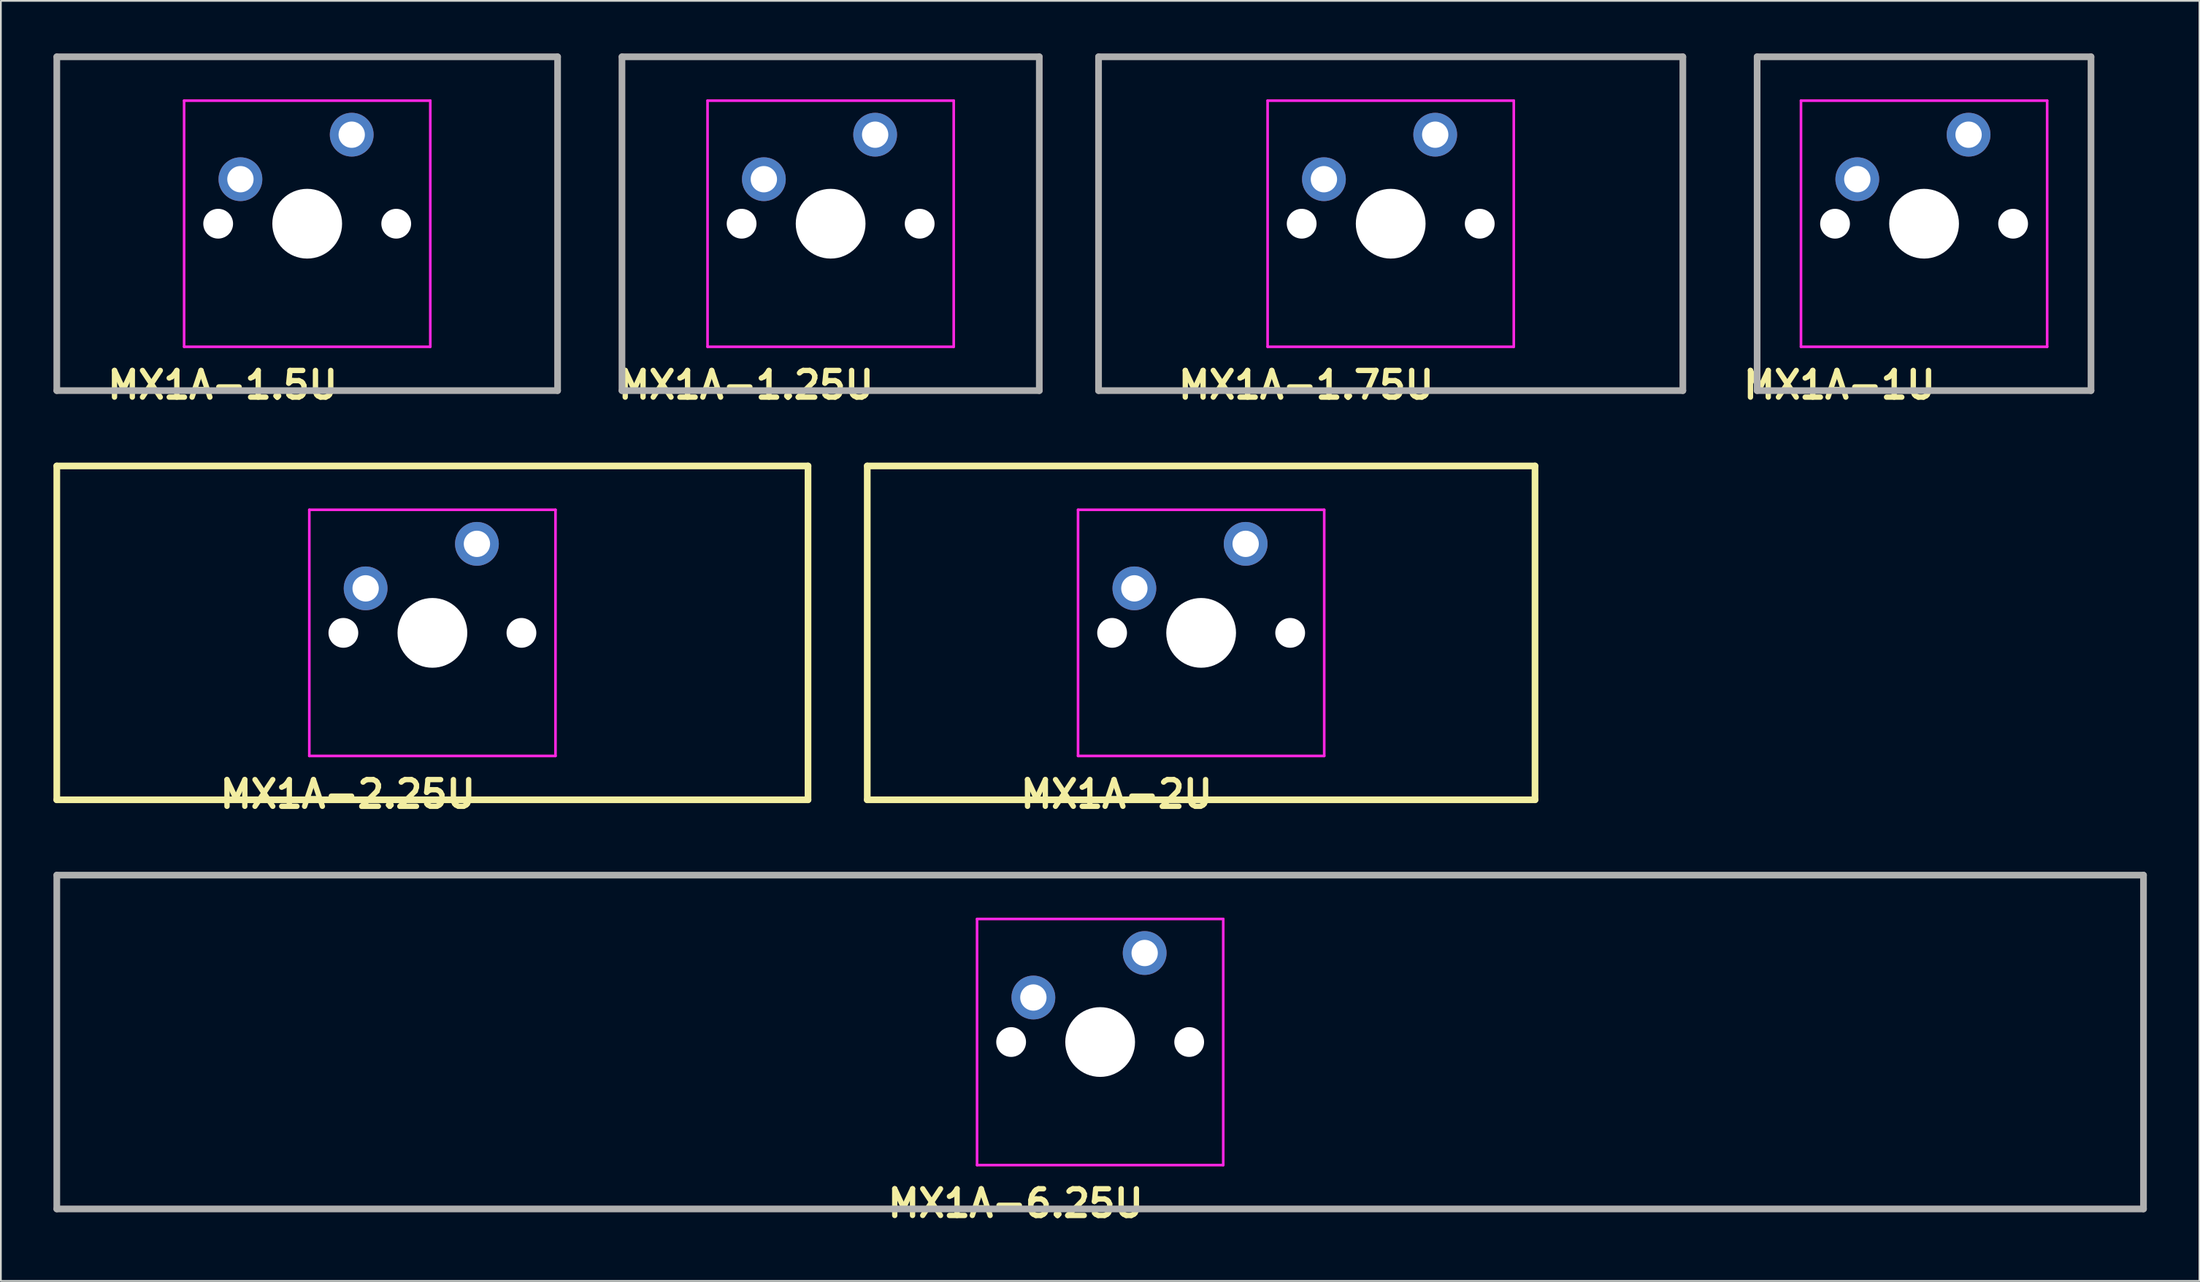
<source format=kicad_pcb>
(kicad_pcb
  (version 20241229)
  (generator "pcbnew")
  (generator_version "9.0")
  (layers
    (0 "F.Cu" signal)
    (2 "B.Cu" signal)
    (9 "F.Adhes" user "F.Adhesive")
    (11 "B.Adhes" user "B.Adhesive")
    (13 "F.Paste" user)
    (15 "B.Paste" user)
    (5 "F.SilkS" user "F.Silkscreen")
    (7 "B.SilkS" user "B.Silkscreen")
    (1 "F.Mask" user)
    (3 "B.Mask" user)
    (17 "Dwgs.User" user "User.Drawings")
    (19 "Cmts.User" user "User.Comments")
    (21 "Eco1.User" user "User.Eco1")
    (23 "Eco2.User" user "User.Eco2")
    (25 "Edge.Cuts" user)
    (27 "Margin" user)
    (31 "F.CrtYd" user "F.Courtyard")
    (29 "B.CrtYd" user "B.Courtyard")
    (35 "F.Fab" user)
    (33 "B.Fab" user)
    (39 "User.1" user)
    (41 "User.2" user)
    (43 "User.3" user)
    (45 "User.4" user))
  (footprint "MX1A-2.25U"
    (layer "F.Cu")
    (at 21.622 33.065)
    (property "Reference" "MX1A-2.25U" (at -4.826 9.207 0) (layer "F.SilkS") (effects (font (size 1.524 1.524) (thickness 0.305))))
    (attr through_hole)
    (fp_line (start -21.431 -9.525) (end 21.431 -9.525) (stroke (width 0.381) (type solid)) (layer "F.SilkS"))
    (fp_line (start -21.431 9.525) (end -21.431 -9.525) (stroke (width 0.381) (type solid)) (layer "F.SilkS"))
    (fp_line (start 21.431 -9.525) (end 21.431 9.525) (stroke (width 0.381) (type solid)) (layer "F.SilkS"))
    (fp_line (start 21.431 9.525) (end -21.431 9.525) (stroke (width 0.381) (type solid)) (layer "F.SilkS"))
    (fp_line (start -7.023 -7.023) (end 7.023 -7.023) (stroke (width 0.15) (type solid)) (layer "F.CrtYd"))
    (fp_line (start -7.023 7.023) (end -7.023 -7.023) (stroke (width 0.15) (type solid)) (layer "F.CrtYd"))
    (fp_line (start 7.023 -7.023) (end 7.023 7.023) (stroke (width 0.15) (type solid)) (layer "F.CrtYd"))
    (fp_line (start 7.023 7.023) (end -7.023 7.023) (stroke (width 0.15) (type solid)) (layer "F.CrtYd"))
    (pad "" np_thru_hole circle (at -5.08 0) (size 1.699 1.699) (drill 1.699) (layers "*.Cu" "*.Mask"))
    (pad "" np_thru_hole circle (at 0 0) (size 3.98 3.98) (drill 3.98) (layers "*.Cu" "*.Mask"))
    (pad "" np_thru_hole circle (at 5.08 0) (size 1.699 1.699) (drill 1.699) (layers "*.Cu" "*.Mask"))
    (pad "1" thru_hole circle (at -3.81 -2.54) (size 2.499 2.499) (drill 1.501) (layers "*.Cu" "*.Mask"))
    (pad "2" thru_hole circle (at 2.54 -5.08) (size 2.499 2.499) (drill 1.501) (layers "*.Cu" "*.Mask")))
  (footprint "MX1A-1.75U"
    (layer "F.Cu")
    (at 76.3 9.716)
    (property "Reference" "MX1A-1.75U" (at -4.826 9.207 0) (layer "F.SilkS") (effects (font (size 1.524 1.524) (thickness 0.305))))
    (attr through_hole)
    (fp_line (start -7.023 -7.023) (end 7.023 -7.023) (stroke (width 0.15) (type solid)) (layer "F.CrtYd"))
    (fp_line (start -7.023 7.023) (end -7.023 -7.023) (stroke (width 0.15) (type solid)) (layer "F.CrtYd"))
    (fp_line (start 7.023 -7.023) (end 7.023 7.023) (stroke (width 0.15) (type solid)) (layer "F.CrtYd"))
    (fp_line (start 7.023 7.023) (end -7.023 7.023) (stroke (width 0.15) (type solid)) (layer "F.CrtYd"))
    (fp_line (start -16.669 -9.525) (end 16.669 -9.525) (stroke (width 0.381) (type solid)) (layer "F.Fab"))
    (fp_line (start -16.669 9.525) (end -16.669 -9.525) (stroke (width 0.381) (type solid)) (layer "F.Fab"))
    (fp_line (start 16.669 -9.525) (end 16.669 9.525) (stroke (width 0.381) (type solid)) (layer "F.Fab"))
    (fp_line (start 16.669 9.525) (end -16.669 9.525) (stroke (width 0.381) (type solid)) (layer "F.Fab"))
    (pad "" np_thru_hole circle (at -5.08 0) (size 1.699 1.699) (drill 1.699) (layers "*.Cu" "*.Mask"))
    (pad "" np_thru_hole circle (at 0 0) (size 3.98 3.98) (drill 3.98) (layers "*.Cu" "*.Mask"))
    (pad "" np_thru_hole circle (at 5.08 0) (size 1.699 1.699) (drill 1.699) (layers "*.Cu" "*.Mask"))
    (pad "1" thru_hole circle (at -3.81 -2.54) (size 2.499 2.499) (drill 1.501) (layers "*.Cu" "*.Mask"))
    (pad "2" thru_hole circle (at 2.54 -5.08) (size 2.499 2.499) (drill 1.501) (layers "*.Cu" "*.Mask")))
  (footprint "MX1A-1.25U"
    (layer "F.Cu")
    (at 44.344 9.716)
    (property "Reference" "MX1A-1.25U" (at -4.826 9.207 0) (layer "F.SilkS") (effects (font (size 1.524 1.524) (thickness 0.305))))
    (attr through_hole)
    (fp_line (start -7.023 -7.023) (end 7.023 -7.023) (stroke (width 0.15) (type solid)) (layer "F.CrtYd"))
    (fp_line (start -7.023 7.023) (end -7.023 -7.023) (stroke (width 0.15) (type solid)) (layer "F.CrtYd"))
    (fp_line (start 7.023 -7.023) (end 7.023 7.023) (stroke (width 0.15) (type solid)) (layer "F.CrtYd"))
    (fp_line (start 7.023 7.023) (end -7.023 7.023) (stroke (width 0.15) (type solid)) (layer "F.CrtYd"))
    (fp_line (start -11.906 -9.525) (end 11.906 -9.525) (stroke (width 0.381) (type solid)) (layer "F.Fab"))
    (fp_line (start -11.906 9.525) (end -11.906 -9.525) (stroke (width 0.381) (type solid)) (layer "F.Fab"))
    (fp_line (start 11.906 -9.525) (end 11.906 9.525) (stroke (width 0.381) (type solid)) (layer "F.Fab"))
    (fp_line (start 11.906 9.525) (end -11.906 9.525) (stroke (width 0.381) (type solid)) (layer "F.Fab"))
    (pad "" np_thru_hole circle (at -5.08 0) (size 1.699 1.699) (drill 1.699) (layers "*.Cu" "*.Mask"))
    (pad "" np_thru_hole circle (at 0 0) (size 3.98 3.98) (drill 3.98) (layers "*.Cu" "*.Mask"))
    (pad "" np_thru_hole circle (at 5.08 0) (size 1.699 1.699) (drill 1.699) (layers "*.Cu" "*.Mask"))
    (pad "1" thru_hole circle (at -3.81 -2.54) (size 2.499 2.499) (drill 1.501) (layers "*.Cu" "*.Mask"))
    (pad "2" thru_hole circle (at 2.54 -5.08) (size 2.499 2.499) (drill 1.501) (layers "*.Cu" "*.Mask")))
  (footprint "MX1A-1.5U"
    (layer "F.Cu")
    (at 14.478 9.716)
    (property "Reference" "MX1A-1.5U" (at -4.826 9.207 0) (layer "F.SilkS") (effects (font (size 1.524 1.524) (thickness 0.305))))
    (attr through_hole)
    (fp_line (start -7.023 -7.023) (end 7.023 -7.023) (stroke (width 0.15) (type solid)) (layer "F.CrtYd"))
    (fp_line (start -7.023 7.023) (end -7.023 -7.023) (stroke (width 0.15) (type solid)) (layer "F.CrtYd"))
    (fp_line (start 7.023 -7.023) (end 7.023 7.023) (stroke (width 0.15) (type solid)) (layer "F.CrtYd"))
    (fp_line (start 7.023 7.023) (end -7.023 7.023) (stroke (width 0.15) (type solid)) (layer "F.CrtYd"))
    (fp_line (start -14.287 -9.525) (end 14.287 -9.525) (stroke (width 0.381) (type solid)) (layer "F.Fab"))
    (fp_line (start -14.287 9.525) (end -14.287 -9.525) (stroke (width 0.381) (type solid)) (layer "F.Fab"))
    (fp_line (start 14.287 -9.525) (end 14.287 9.525) (stroke (width 0.381) (type solid)) (layer "F.Fab"))
    (fp_line (start 14.287 9.525) (end -14.287 9.525) (stroke (width 0.381) (type solid)) (layer "F.Fab"))
    (pad "" np_thru_hole circle (at -5.08 0) (size 1.699 1.699) (drill 1.699) (layers "*.Cu" "*.Mask"))
    (pad "" np_thru_hole circle (at 0 0) (size 3.98 3.98) (drill 3.98) (layers "*.Cu" "*.Mask"))
    (pad "" np_thru_hole circle (at 5.08 0) (size 1.699 1.699) (drill 1.699) (layers "*.Cu" "*.Mask"))
    (pad "1" thru_hole circle (at -3.81 -2.54) (size 2.499 2.499) (drill 1.501) (layers "*.Cu" "*.Mask"))
    (pad "2" thru_hole circle (at 2.54 -5.08) (size 2.499 2.499) (drill 1.501) (layers "*.Cu" "*.Mask")))
  (footprint "MX1A-1U"
    (layer "F.Cu")
    (at 106.733 9.716)
    (property "Reference" "MX1A-1U" (at -4.826 9.207 0) (layer "F.SilkS") (effects (font (size 1.524 1.524) (thickness 0.305))))
    (attr through_hole)
    (fp_line (start -7.023 -7.023) (end 7.023 -7.023) (stroke (width 0.15) (type solid)) (layer "F.CrtYd"))
    (fp_line (start -7.023 7.023) (end -7.023 -7.023) (stroke (width 0.15) (type solid)) (layer "F.CrtYd"))
    (fp_line (start 7.023 -7.023) (end 7.023 7.023) (stroke (width 0.15) (type solid)) (layer "F.CrtYd"))
    (fp_line (start 7.023 7.023) (end -7.023 7.023) (stroke (width 0.15) (type solid)) (layer "F.CrtYd"))
    (fp_line (start -9.525 -9.525) (end 9.525 -9.525) (stroke (width 0.381) (type solid)) (layer "F.Fab"))
    (fp_line (start -9.525 9.525) (end -9.525 -9.525) (stroke (width 0.381) (type solid)) (layer "F.Fab"))
    (fp_line (start 9.525 -9.525) (end 9.525 9.525) (stroke (width 0.381) (type solid)) (layer "F.Fab"))
    (fp_line (start 9.525 9.525) (end -9.525 9.525) (stroke (width 0.381) (type solid)) (layer "F.Fab"))
    (pad "" np_thru_hole circle (at -5.08 0) (size 1.699 1.699) (drill 1.699) (layers "*.Cu" "*.Mask"))
    (pad "" np_thru_hole circle (at 0 0) (size 3.98 3.98) (drill 3.98) (layers "*.Cu" "*.Mask"))
    (pad "" np_thru_hole circle (at 5.08 0) (size 1.699 1.699) (drill 1.699) (layers "*.Cu" "*.Mask"))
    (pad "1" thru_hole circle (at -3.81 -2.54) (size 2.499 2.499) (drill 1.501) (layers "*.Cu" "*.Mask"))
    (pad "2" thru_hole circle (at 2.54 -5.08) (size 2.499 2.499) (drill 1.501) (layers "*.Cu" "*.Mask")))
  (footprint "MX1A-6.25U"
    (layer "F.Cu")
    (at 59.722 56.414)
    (property "Reference" "MX1A-6.25U" (at -4.826 9.207 0) (layer "F.SilkS") (effects (font (size 1.524 1.524) (thickness 0.305))))
    (attr through_hole)
    (fp_line (start -7.023 -7.023) (end 7.023 -7.023) (stroke (width 0.15) (type solid)) (layer "F.CrtYd"))
    (fp_line (start -7.023 7.023) (end -7.023 -7.023) (stroke (width 0.15) (type solid)) (layer "F.CrtYd"))
    (fp_line (start 7.023 -7.023) (end 7.023 7.023) (stroke (width 0.15) (type solid)) (layer "F.CrtYd"))
    (fp_line (start 7.023 7.023) (end -7.023 7.023) (stroke (width 0.15) (type solid)) (layer "F.CrtYd"))
    (fp_line (start -59.531 -9.525) (end 59.531 -9.525) (stroke (width 0.381) (type solid)) (layer "F.Fab"))
    (fp_line (start -59.531 9.525) (end -59.531 -9.525) (stroke (width 0.381) (type solid)) (layer "F.Fab"))
    (fp_line (start 59.531 -9.525) (end 59.531 9.525) (stroke (width 0.381) (type solid)) (layer "F.Fab"))
    (fp_line (start 59.531 9.525) (end -59.531 9.525) (stroke (width 0.381) (type solid)) (layer "F.Fab"))
    (pad "" np_thru_hole circle (at -5.08 0) (size 1.699 1.699) (drill 1.699) (layers "*.Cu" "*.Mask"))
    (pad "" np_thru_hole circle (at 0 0) (size 3.98 3.98) (drill 3.98) (layers "*.Cu" "*.Mask"))
    (pad "" np_thru_hole circle (at 5.08 0) (size 1.699 1.699) (drill 1.699) (layers "*.Cu" "*.Mask"))
    (pad "1" thru_hole circle (at -3.81 -2.54) (size 2.499 2.499) (drill 1.501) (layers "*.Cu" "*.Mask"))
    (pad "2" thru_hole circle (at 2.54 -5.08) (size 2.499 2.499) (drill 1.501) (layers "*.Cu" "*.Mask")))
  (footprint "MX1A-2U"
    (layer "F.Cu")
    (at 65.484 33.065)
    (property "Reference" "MX1A-2U" (at -4.826 9.207 0) (layer "F.SilkS") (effects (font (size 1.524 1.524) (thickness 0.305))))
    (attr through_hole)
    (fp_line (start -19.05 -9.525) (end 19.05 -9.525) (stroke (width 0.381) (type solid)) (layer "F.SilkS"))
    (fp_line (start -19.05 9.525) (end -19.05 -9.525) (stroke (width 0.381) (type solid)) (layer "F.SilkS"))
    (fp_line (start 19.05 -9.525) (end 19.05 9.525) (stroke (width 0.381) (type solid)) (layer "F.SilkS"))
    (fp_line (start 19.05 9.525) (end -19.05 9.525) (stroke (width 0.381) (type solid)) (layer "F.SilkS"))
    (fp_line (start -7.023 -7.023) (end 7.023 -7.023) (stroke (width 0.15) (type solid)) (layer "F.CrtYd"))
    (fp_line (start -7.023 7.023) (end -7.023 -7.023) (stroke (width 0.15) (type solid)) (layer "F.CrtYd"))
    (fp_line (start 7.023 -7.023) (end 7.023 7.023) (stroke (width 0.15) (type solid)) (layer "F.CrtYd"))
    (fp_line (start 7.023 7.023) (end -7.023 7.023) (stroke (width 0.15) (type solid)) (layer "F.CrtYd"))
    (pad "" np_thru_hole circle (at -5.08 0) (size 1.699 1.699) (drill 1.699) (layers "*.Cu" "*.Mask"))
    (pad "" np_thru_hole circle (at 0 0) (size 3.98 3.98) (drill 3.98) (layers "*.Cu" "*.Mask"))
    (pad "" np_thru_hole circle (at 5.08 0) (size 1.699 1.699) (drill 1.699) (layers "*.Cu" "*.Mask"))
    (pad "1" thru_hole circle (at -3.81 -2.54) (size 2.499 2.499) (drill 1.501) (layers "*.Cu" "*.Mask"))
    (pad "2" thru_hole circle (at 2.54 -5.08) (size 2.499 2.499) (drill 1.501) (layers "*.Cu" "*.Mask")))
  (gr_rect
    (start -3 -3)
    (end 122.444 70.048)
    (stroke (width 0.1) (type default))
    (fill no)
    (layer "Edge.Cuts")))
</source>
